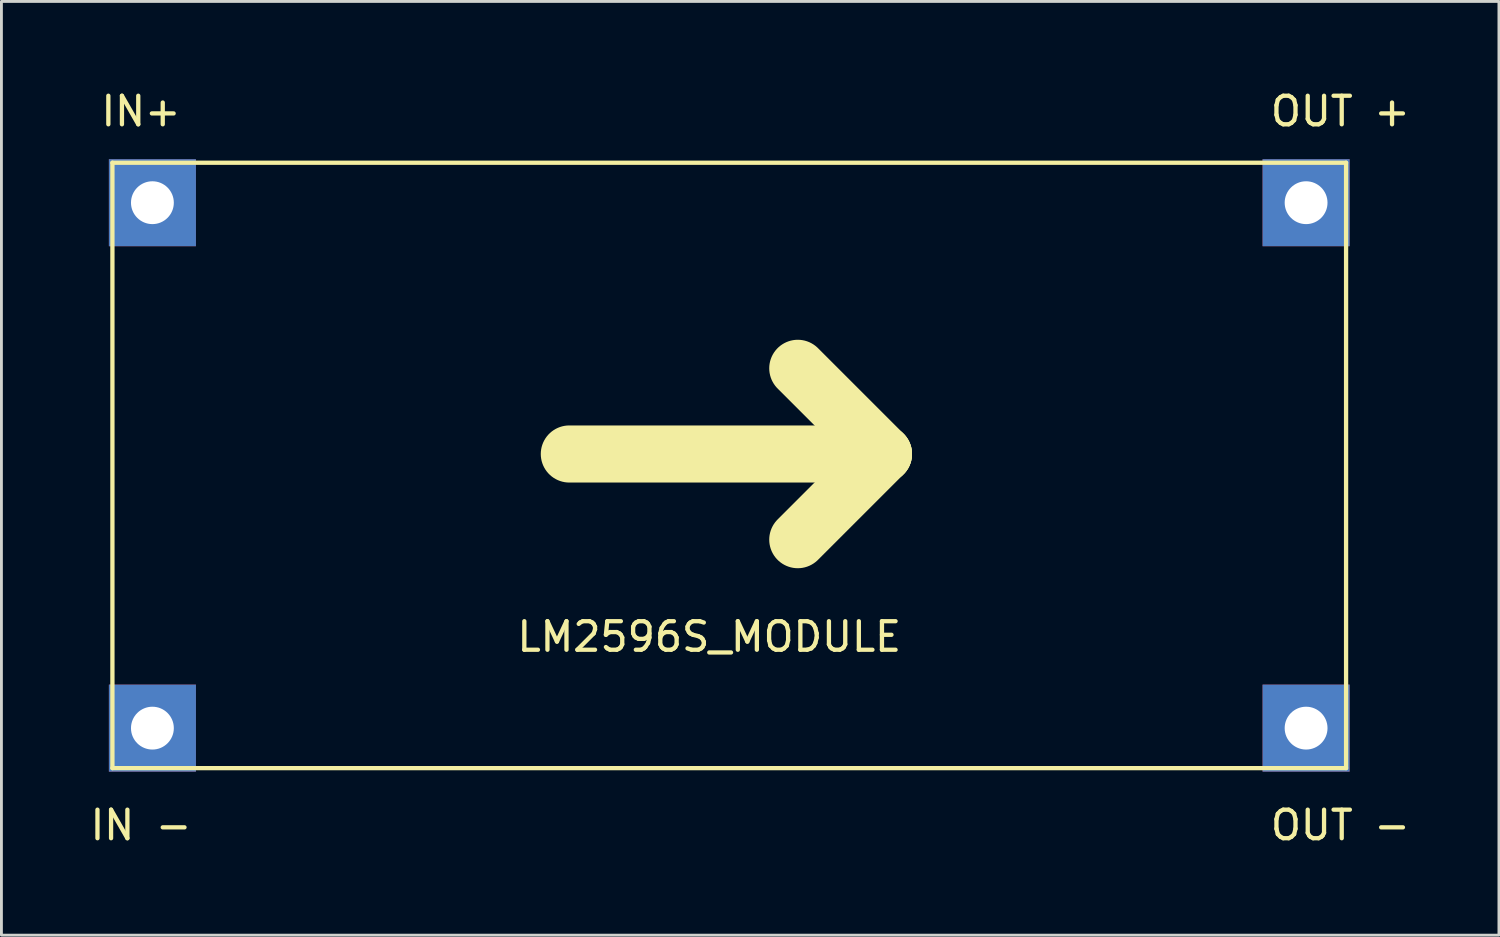
<source format=kicad_pcb>
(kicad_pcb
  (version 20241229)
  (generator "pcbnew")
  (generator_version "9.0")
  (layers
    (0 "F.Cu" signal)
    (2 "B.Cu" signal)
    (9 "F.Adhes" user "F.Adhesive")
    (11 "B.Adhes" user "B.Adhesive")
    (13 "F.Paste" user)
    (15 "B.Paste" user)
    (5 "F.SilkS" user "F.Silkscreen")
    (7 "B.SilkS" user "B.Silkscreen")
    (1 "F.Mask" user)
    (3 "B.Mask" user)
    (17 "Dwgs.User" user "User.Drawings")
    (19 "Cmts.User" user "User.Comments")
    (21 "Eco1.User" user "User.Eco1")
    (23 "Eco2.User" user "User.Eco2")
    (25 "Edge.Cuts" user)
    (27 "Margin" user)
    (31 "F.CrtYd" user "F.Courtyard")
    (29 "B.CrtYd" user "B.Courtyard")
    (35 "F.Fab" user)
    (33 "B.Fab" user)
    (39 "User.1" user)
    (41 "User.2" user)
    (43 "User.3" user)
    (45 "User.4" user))
  (footprint "LM2596S_MODULE"
    (layer "F.Cu")
    (at 0.887 23.848)
    (property "Reference" "LM2596S_MODULE" (at 20.9 -4.6 0) (layer "F.SilkS") (effects (font (size 1 1) (thickness 0.15))))
    (attr through_hole)
    (fp_line (start 0 -21.2) (end 0 0) (stroke (width 0.15) (type solid)) (layer "F.SilkS"))
    (fp_line (start 0 0) (end 43.2 0) (stroke (width 0.15) (type solid)) (layer "F.SilkS"))
    (fp_line (start 16 -11) (end 27 -11) (stroke (width 2) (type solid)) (layer "F.SilkS"))
    (fp_line (start 27 -11) (end 24 -14) (stroke (width 2) (type solid)) (layer "F.SilkS"))
    (fp_line (start 27 -11) (end 24 -8) (stroke (width 2) (type solid)) (layer "F.SilkS"))
    (fp_line (start 43.2 -21.2) (end 0 -21.2) (stroke (width 0.15) (type solid)) (layer "F.SilkS"))
    (fp_line (start 43.2 0) (end 43.2 -21.2) (stroke (width 0.15) (type solid)) (layer "F.SilkS"))
    (fp_text user "OUT +" (at 43 -23 0) (layer "F.SilkS") (effects (font (size 1 1) (thickness 0.15))))
    (fp_text user "IN -" (at 1 2 0) (layer "F.SilkS") (effects (font (size 1 1) (thickness 0.15))))
    (fp_text user "OUT -" (at 43 2 0) (layer "F.SilkS") (effects (font (size 1 1) (thickness 0.15))))
    (fp_text user "IN+" (at 1 -23 0) (layer "F.SilkS") (effects (font (size 1 1) (thickness 0.15))))
    (pad "1" thru_hole rect (at 1.4 -1.4) (size 3.048 3.048) (drill 1.5) (layers "*.Cu" "*.Mask"))
    (pad "2" thru_hole rect (at 1.4 -19.8) (size 3.048 3.048) (drill 1.5) (layers "*.Cu" "*.Mask"))
    (pad "3" thru_hole rect (at 41.8 -19.8) (size 3.048 3.048) (drill 1.5) (layers "*.Cu" "*.Mask"))
    (pad "4" thru_hole rect (at 41.8 -1.4) (size 3.048 3.048) (drill 1.5) (layers "*.Cu" "*.Mask")))
  (gr_rect
    (start -3 -3)
    (end 49.44 29.697)
    (stroke (width 0.1) (type default))
    (fill no)
    (layer "Edge.Cuts")))
</source>
